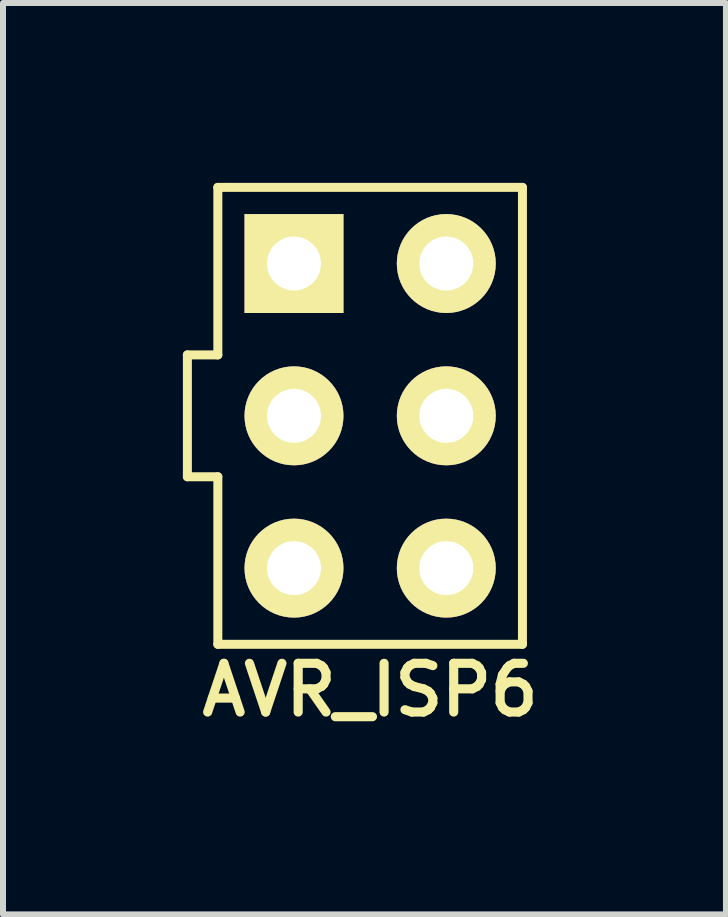
<source format=kicad_pcb>
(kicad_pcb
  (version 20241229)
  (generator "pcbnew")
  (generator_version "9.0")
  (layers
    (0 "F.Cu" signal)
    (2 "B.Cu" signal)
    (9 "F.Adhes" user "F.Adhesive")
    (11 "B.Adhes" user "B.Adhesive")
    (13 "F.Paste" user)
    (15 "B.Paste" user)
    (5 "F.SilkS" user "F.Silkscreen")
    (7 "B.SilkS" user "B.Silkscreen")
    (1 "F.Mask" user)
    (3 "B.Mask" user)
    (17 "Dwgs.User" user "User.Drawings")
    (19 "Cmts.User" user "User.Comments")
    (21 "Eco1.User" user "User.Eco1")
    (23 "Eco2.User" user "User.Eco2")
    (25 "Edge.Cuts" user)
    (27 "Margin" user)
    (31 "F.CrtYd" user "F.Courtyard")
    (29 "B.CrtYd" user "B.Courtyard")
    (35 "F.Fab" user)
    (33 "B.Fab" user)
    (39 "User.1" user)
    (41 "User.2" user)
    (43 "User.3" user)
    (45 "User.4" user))
  (footprint "AVR_ISP6"
    (layer "F.Cu")
    (at 3.123 3.885)
    (property "Reference" "AVR_ISP6" (at 0 4.572 0) (layer "F.SilkS") (effects (font (size 0.813 0.813) (thickness 0.152))))
    (attr through_hole)
    (fp_line (start -3.048 -1.016) (end -2.54 -1.016) (stroke (width 0.15) (type solid)) (layer "F.SilkS"))
    (fp_line (start -3.048 1.016) (end -3.048 -1.016) (stroke (width 0.15) (type solid)) (layer "F.SilkS"))
    (fp_line (start -2.54 -3.81) (end 2.54 -3.81) (stroke (width 0.15) (type solid)) (layer "F.SilkS"))
    (fp_line (start -2.54 -1.016) (end -2.54 -3.81) (stroke (width 0.15) (type solid)) (layer "F.SilkS"))
    (fp_line (start -2.54 1.016) (end -3.048 1.016) (stroke (width 0.15) (type solid)) (layer "F.SilkS"))
    (fp_line (start -2.54 3.81) (end -2.54 1.016) (stroke (width 0.15) (type solid)) (layer "F.SilkS"))
    (fp_line (start 2.54 -3.81) (end 2.54 3.81) (stroke (width 0.15) (type solid)) (layer "F.SilkS"))
    (fp_line (start 2.54 3.81) (end -2.54 3.81) (stroke (width 0.15) (type solid)) (layer "F.SilkS"))
    (pad "1" thru_hole rect (at -1.27 -2.54) (size 1.65 1.65) (drill 0.9) (layers "*.Cu" "*.Mask" "F.SilkS"))
    (pad "2" thru_hole circle (at 1.27 -2.54) (size 1.65 1.65) (drill 0.9) (layers "*.Cu" "*.Mask" "F.SilkS"))
    (pad "3" thru_hole circle (at -1.27 0) (size 1.65 1.65) (drill 0.9) (layers "*.Cu" "*.Mask" "F.SilkS"))
    (pad "4" thru_hole circle (at 1.27 0) (size 1.65 1.65) (drill 0.9) (layers "*.Cu" "*.Mask" "F.SilkS"))
    (pad "5" thru_hole circle (at -1.27 2.54) (size 1.65 1.65) (drill 0.9) (layers "*.Cu" "*.Mask" "F.SilkS"))
    (pad "6" thru_hole circle (at 1.27 2.54) (size 1.65 1.65) (drill 0.9) (layers "*.Cu" "*.Mask" "F.SilkS")))
  (gr_rect
    (start -3 -3)
    (end 9.057 12.2)
    (stroke (width 0.1) (type default))
    (fill no)
    (layer "Edge.Cuts")))
</source>
